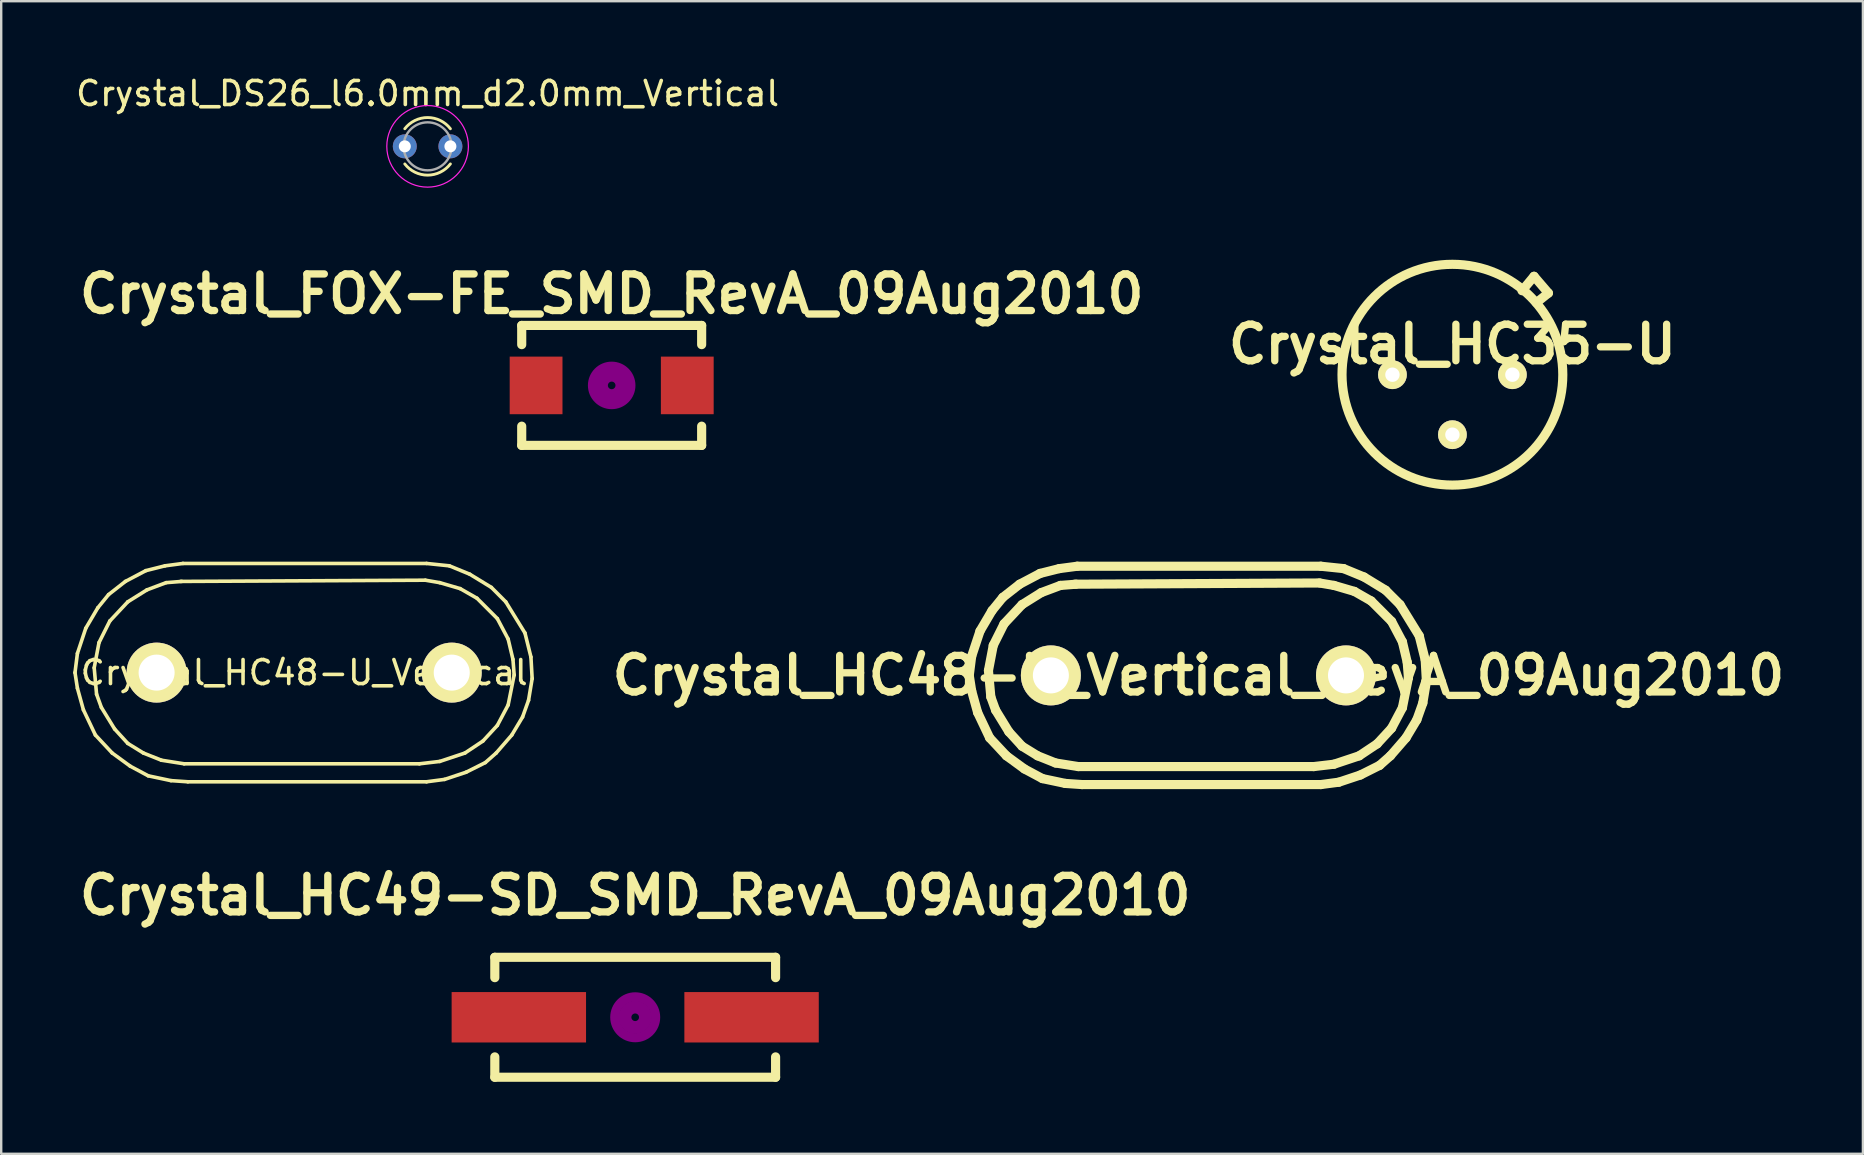
<source format=kicad_pcb>
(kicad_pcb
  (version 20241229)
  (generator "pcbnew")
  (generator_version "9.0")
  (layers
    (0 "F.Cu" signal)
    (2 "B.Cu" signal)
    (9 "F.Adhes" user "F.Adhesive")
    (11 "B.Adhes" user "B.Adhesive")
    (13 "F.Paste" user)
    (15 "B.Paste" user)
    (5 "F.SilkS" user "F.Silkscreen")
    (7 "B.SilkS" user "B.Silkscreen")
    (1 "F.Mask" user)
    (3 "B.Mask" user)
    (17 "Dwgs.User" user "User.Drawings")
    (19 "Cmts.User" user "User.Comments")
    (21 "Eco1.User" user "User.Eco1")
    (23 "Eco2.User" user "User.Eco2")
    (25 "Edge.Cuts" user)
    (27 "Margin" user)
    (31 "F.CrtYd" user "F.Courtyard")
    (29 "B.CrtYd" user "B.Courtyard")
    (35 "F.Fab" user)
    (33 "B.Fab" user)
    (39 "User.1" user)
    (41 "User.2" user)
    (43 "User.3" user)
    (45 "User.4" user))
  (footprint "Crystal_HC35-U"
    (layer "F.Cu")
    (at 57.472 12.564)
    (property "Reference" "Crystal_HC35-U" (at 0 -1.27 0) (layer "F.SilkS") (effects (font (size 1.524 1.524) (thickness 0.305))))
    (attr through_hole)
    (fp_line (start 2.901 -3.5) (end 3.401 -4.1) (stroke (width 0.381) (type solid)) (layer "F.SilkS"))
    (fp_line (start 3.401 -4.1) (end 4 -3.401) (stroke (width 0.381) (type solid)) (layer "F.SilkS"))
    (fp_line (start 4 -3.401) (end 3.5 -3) (stroke (width 0.381) (type solid)) (layer "F.SilkS"))
    (fp_circle (center 0 0) (end 4.6 0) (stroke (width 0.381) (type solid)) (fill no) (layer "F.SilkS"))
    (pad "1" thru_hole circle (at -2.499 0) (size 1.199 1.199) (drill 0.599) (layers "*.Cu" "*.Mask" "F.SilkS"))
    (pad "2" thru_hole circle (at 2.499 0) (size 1.199 1.199) (drill 0.599) (layers "*.Cu" "*.Mask" "F.SilkS"))
    (pad "3" thru_hole circle (at 0 2.499) (size 1.199 1.199) (drill 0.599) (layers "*.Cu" "*.Mask" "F.SilkS")))
  (footprint "Crystal_DS26_l6.0mm_d2.0mm_Vertical"
    (layer "F.Cu")
    (at 13.818 3.048)
    (property "Reference" "Crystal_DS26_l6.0mm_d2.0mm_Vertical" (at 0.95 -2.2 0) (layer "F.SilkS") (effects (font (size 1 1) (thickness 0.15))))
    (attr through_hole)
    (fp_arc (start 0 -0.733144) (mid 0.950178 -1.2) (end 1.900217 -0.732863) (stroke (width 0.12) (type solid)) (layer "F.SilkS"))
    (fp_arc (start 1.900217 0.732863) (mid 0.950178 1.2) (end 0 0.733144) (stroke (width 0.12) (type solid)) (layer "F.SilkS"))
    (fp_circle (center 0.95 0) (end 2.65 0) (stroke (width 0.05) (type solid)) (fill no) (layer "F.CrtYd"))
    (fp_circle (center 0.95 0) (end 1.95 0) (stroke (width 0.1) (type solid)) (fill no) (layer "F.Fab"))
    (pad "1" thru_hole circle (at 0 0) (size 1 1) (drill 0.5) (layers "*.Cu" "*.Mask"))
    (pad "2" thru_hole circle (at 1.9 0) (size 1 1) (drill 0.5) (layers "*.Cu" "*.Mask")))
  (footprint "Crystal_HC49-SD_SMD_RevA_09Aug2010"
    (layer "F.Cu")
    (at 23.419 39.34)
    (property "Reference" "Crystal_HC49-SD_SMD_RevA_09Aug2010" (at 0 -5.08 0) (layer "F.SilkS") (effects (font (size 1.524 1.524) (thickness 0.305))))
    (attr smd)
    (fp_line (start -5.85 -2.499) (end -5.85 -1.651) (stroke (width 0.381) (type solid)) (layer "F.SilkS"))
    (fp_line (start -5.85 2.499) (end -5.85 1.651) (stroke (width 0.381) (type solid)) (layer "F.SilkS"))
    (fp_line (start -5.85 2.499) (end 5.85 2.499) (stroke (width 0.381) (type solid)) (layer "F.SilkS"))
    (fp_line (start 5.85 -2.499) (end -5.85 -2.499) (stroke (width 0.381) (type solid)) (layer "F.SilkS"))
    (fp_line (start 5.85 -2.499) (end 5.85 -1.651) (stroke (width 0.381) (type solid)) (layer "F.SilkS"))
    (fp_line (start 5.85 2.499) (end 5.85 1.651) (stroke (width 0.381) (type solid)) (layer "F.SilkS"))
    (fp_circle (center 0 0) (end 0.15 0.051) (stroke (width 0.381) (type solid)) (fill no) (layer "F.Adhes"))
    (fp_circle (center 0 0) (end 0.5 0) (stroke (width 0.381) (type solid)) (fill no) (layer "F.Adhes"))
    (fp_circle (center 0 0) (end 0.851 0) (stroke (width 0.381) (type solid)) (fill no) (layer "F.Adhes"))
    (pad "1" smd rect (at -4.849 0) (size 5.601 2.101) (layers "F.Cu" "F.Mask" "F.Paste"))
    (pad "2" smd rect (at 4.849 0) (size 5.601 2.101) (layers "F.Cu" "F.Mask" "F.Paste")))
  (footprint "Crystal_HC48-U_Vertical"
    (layer "F.Cu")
    (at 9.625 24.978)
    (property "Reference" "Crystal_HC48-U_Vertical" (at 0 0 0) (layer "F.SilkS") (effects (font (size 1 1) (thickness 0.15))))
    (attr through_hole)
    (fp_line (start -9.55 0) (end -9.449 -0.8) (stroke (width 0.15) (type solid)) (layer "F.SilkS"))
    (fp_line (start -9.449 -0.8) (end -9.101 -1.849) (stroke (width 0.15) (type solid)) (layer "F.SilkS"))
    (fp_line (start -9.449 0.65) (end -9.55 0) (stroke (width 0.15) (type solid)) (layer "F.SilkS"))
    (fp_line (start -9.2 1.549) (end -9.449 0.65) (stroke (width 0.15) (type solid)) (layer "F.SilkS"))
    (fp_line (start -9.101 -1.849) (end -8.6 -2.7) (stroke (width 0.15) (type solid)) (layer "F.SilkS"))
    (fp_line (start -8.75 -0.201) (end -8.55 -1.25) (stroke (width 0.15) (type solid)) (layer "F.SilkS"))
    (fp_line (start -8.7 2.601) (end -9.2 1.549) (stroke (width 0.15) (type solid)) (layer "F.SilkS"))
    (fp_line (start -8.651 0.899) (end -8.75 -0.201) (stroke (width 0.15) (type solid)) (layer "F.SilkS"))
    (fp_line (start -8.6 -2.7) (end -8.151 -3.251) (stroke (width 0.15) (type solid)) (layer "F.SilkS"))
    (fp_line (start -8.55 -1.25) (end -8.1 -2.149) (stroke (width 0.15) (type solid)) (layer "F.SilkS"))
    (fp_line (start -8.451 1.45) (end -8.651 0.899) (stroke (width 0.15) (type solid)) (layer "F.SilkS"))
    (fp_line (start -8.151 -3.251) (end -7.45 -3.8) (stroke (width 0.15) (type solid)) (layer "F.SilkS"))
    (fp_line (start -8.1 -2.149) (end -7.351 -2.949) (stroke (width 0.15) (type solid)) (layer "F.SilkS"))
    (fp_line (start -8.001 3.35) (end -8.7 2.601) (stroke (width 0.15) (type solid)) (layer "F.SilkS"))
    (fp_line (start -7.899 2.349) (end -8.451 1.45) (stroke (width 0.15) (type solid)) (layer "F.SilkS"))
    (fp_line (start -7.45 -3.8) (end -6.599 -4.249) (stroke (width 0.15) (type solid)) (layer "F.SilkS"))
    (fp_line (start -7.351 -2.949) (end -6.551 -3.449) (stroke (width 0.15) (type solid)) (layer "F.SilkS"))
    (fp_line (start -7.351 2.949) (end -7.899 2.349) (stroke (width 0.15) (type solid)) (layer "F.SilkS"))
    (fp_line (start -7.249 3.899) (end -8.001 3.35) (stroke (width 0.15) (type solid)) (layer "F.SilkS"))
    (fp_line (start -6.701 3.35) (end -7.351 2.949) (stroke (width 0.15) (type solid)) (layer "F.SilkS"))
    (fp_line (start -6.599 -4.249) (end -5.799 -4.45) (stroke (width 0.15) (type solid)) (layer "F.SilkS"))
    (fp_line (start -6.551 -3.449) (end -5.751 -3.749) (stroke (width 0.15) (type solid)) (layer "F.SilkS"))
    (fp_line (start -6.5 4.3) (end -7.249 3.899) (stroke (width 0.15) (type solid)) (layer "F.SilkS"))
    (fp_line (start -5.951 3.65) (end -6.701 3.35) (stroke (width 0.15) (type solid)) (layer "F.SilkS"))
    (fp_line (start -5.799 -4.45) (end -5.05 -4.549) (stroke (width 0.15) (type solid)) (layer "F.SilkS"))
    (fp_line (start -5.751 -3.749) (end -5.1 -3.8) (stroke (width 0.15) (type solid)) (layer "F.SilkS"))
    (fp_line (start -5.55 4.501) (end -6.5 4.3) (stroke (width 0.15) (type solid)) (layer "F.SilkS"))
    (fp_line (start -5.151 -3.8) (end 5.05 -3.851) (stroke (width 0.15) (type solid)) (layer "F.SilkS"))
    (fp_line (start -5.05 -4.549) (end 5.1 -4.549) (stroke (width 0.15) (type solid)) (layer "F.SilkS"))
    (fp_line (start -5.001 3.8) (end -5.951 3.65) (stroke (width 0.15) (type solid)) (layer "F.SilkS"))
    (fp_line (start -4.849 4.549) (end -5.55 4.501) (stroke (width 0.15) (type solid)) (layer "F.SilkS"))
    (fp_line (start 4.801 3.8) (end -5.001 3.8) (stroke (width 0.15) (type solid)) (layer "F.SilkS"))
    (fp_line (start 5.05 -3.851) (end 5.649 -3.749) (stroke (width 0.15) (type solid)) (layer "F.SilkS"))
    (fp_line (start 5.1 -4.549) (end 6.05 -4.45) (stroke (width 0.15) (type solid)) (layer "F.SilkS"))
    (fp_line (start 5.1 4.549) (end -4.849 4.549) (stroke (width 0.15) (type solid)) (layer "F.SilkS"))
    (fp_line (start 5.649 -3.749) (end 6.5 -3.5) (stroke (width 0.15) (type solid)) (layer "F.SilkS"))
    (fp_line (start 5.649 3.701) (end 4.801 3.8) (stroke (width 0.15) (type solid)) (layer "F.SilkS"))
    (fp_line (start 5.85 4.45) (end 5.1 4.549) (stroke (width 0.15) (type solid)) (layer "F.SilkS"))
    (fp_line (start 6.05 -4.45) (end 6.901 -4.1) (stroke (width 0.15) (type solid)) (layer "F.SilkS"))
    (fp_line (start 6.5 -3.5) (end 7.201 -3.099) (stroke (width 0.15) (type solid)) (layer "F.SilkS"))
    (fp_line (start 6.701 3.35) (end 5.649 3.701) (stroke (width 0.15) (type solid)) (layer "F.SilkS"))
    (fp_line (start 6.749 4.15) (end 5.85 4.45) (stroke (width 0.15) (type solid)) (layer "F.SilkS"))
    (fp_line (start 6.901 -4.1) (end 7.8 -3.551) (stroke (width 0.15) (type solid)) (layer "F.SilkS"))
    (fp_line (start 7.201 -3.099) (end 8.049 -2.25) (stroke (width 0.15) (type solid)) (layer "F.SilkS"))
    (fp_line (start 7.45 2.85) (end 6.701 3.35) (stroke (width 0.15) (type solid)) (layer "F.SilkS"))
    (fp_line (start 7.549 3.749) (end 6.749 4.15) (stroke (width 0.15) (type solid)) (layer "F.SilkS"))
    (fp_line (start 7.8 -3.551) (end 8.4 -2.949) (stroke (width 0.15) (type solid)) (layer "F.SilkS"))
    (fp_line (start 8.001 3.35) (end 7.549 3.749) (stroke (width 0.15) (type solid)) (layer "F.SilkS"))
    (fp_line (start 8.049 -2.25) (end 8.499 -1.4) (stroke (width 0.15) (type solid)) (layer "F.SilkS"))
    (fp_line (start 8.049 2.2) (end 7.45 2.85) (stroke (width 0.15) (type solid)) (layer "F.SilkS"))
    (fp_line (start 8.4 -2.949) (end 9.2 -1.651) (stroke (width 0.15) (type solid)) (layer "F.SilkS"))
    (fp_line (start 8.499 -1.4) (end 8.7 -0.551) (stroke (width 0.15) (type solid)) (layer "F.SilkS"))
    (fp_line (start 8.499 1.349) (end 8.049 2.2) (stroke (width 0.15) (type solid)) (layer "F.SilkS"))
    (fp_line (start 8.651 2.601) (end 8.001 3.35) (stroke (width 0.15) (type solid)) (layer "F.SilkS"))
    (fp_line (start 8.7 -0.551) (end 8.75 0.099) (stroke (width 0.15) (type solid)) (layer "F.SilkS"))
    (fp_line (start 8.75 0.099) (end 8.499 1.349) (stroke (width 0.15) (type solid)) (layer "F.SilkS"))
    (fp_line (start 9.101 1.849) (end 8.651 2.601) (stroke (width 0.15) (type solid)) (layer "F.SilkS"))
    (fp_line (start 9.2 -1.651) (end 9.449 -0.65) (stroke (width 0.15) (type solid)) (layer "F.SilkS"))
    (fp_line (start 9.35 1.151) (end 9.101 1.849) (stroke (width 0.15) (type solid)) (layer "F.SilkS"))
    (fp_line (start 9.449 -0.65) (end 9.5 0.249) (stroke (width 0.15) (type solid)) (layer "F.SilkS"))
    (fp_line (start 9.5 0.249) (end 9.35 1.151) (stroke (width 0.15) (type solid)) (layer "F.SilkS"))
    (pad "1" thru_hole circle (at -6.149 0) (size 2.499 2.499) (drill 1.501) (layers "*.Cu" "*.Mask" "F.SilkS"))
    (pad "2" thru_hole circle (at 6.149 0) (size 2.499 2.499) (drill 1.501) (layers "*.Cu" "*.Mask" "F.SilkS")))
  (footprint "Crystal_FOX-FE_SMD_RevA_09Aug2010"
    (layer "F.Cu")
    (at 22.439 13.01)
    (property "Reference" "Crystal_FOX-FE_SMD_RevA_09Aug2010" (at 0 -3.81 0) (layer "F.SilkS") (effects (font (size 1.524 1.524) (thickness 0.305))))
    (attr smd)
    (fp_line (start -3.749 -2.499) (end -3.749 -1.699) (stroke (width 0.381) (type solid)) (layer "F.SilkS"))
    (fp_line (start -3.749 2.499) (end -3.749 1.699) (stroke (width 0.381) (type solid)) (layer "F.SilkS"))
    (fp_line (start -3.749 2.499) (end 3.749 2.499) (stroke (width 0.381) (type solid)) (layer "F.SilkS"))
    (fp_line (start 3.749 -2.499) (end -3.749 -2.499) (stroke (width 0.381) (type solid)) (layer "F.SilkS"))
    (fp_line (start 3.749 -2.499) (end 3.749 -1.699) (stroke (width 0.381) (type solid)) (layer "F.SilkS"))
    (fp_line (start 3.749 2.499) (end 3.749 1.699) (stroke (width 0.381) (type solid)) (layer "F.SilkS"))
    (fp_circle (center 0 0) (end 0.15 -0.051) (stroke (width 0.381) (type solid)) (fill no) (layer "F.Adhes"))
    (fp_circle (center 0 0) (end 0.5 0) (stroke (width 0.381) (type solid)) (fill no) (layer "F.Adhes"))
    (fp_circle (center 0 0) (end 0.8 0) (stroke (width 0.381) (type solid)) (fill no) (layer "F.Adhes"))
    (pad "1" smd rect (at -3.15 0) (size 2.2 2.4) (layers "F.Cu" "F.Mask" "F.Paste"))
    (pad "2" smd rect (at 3.15 0) (size 2.2 2.4) (layers "F.Cu" "F.Mask" "F.Paste")))
  (footprint "Crystal_HC48-U_Vertical_RevA_09Aug2010"
    (layer "F.Cu")
    (at 46.889 25.094)
    (property "Reference" "Crystal_HC48-U_Vertical_RevA_09Aug2010" (at 0 0 0) (layer "F.SilkS") (effects (font (size 1.524 1.524) (thickness 0.305))))
    (attr through_hole)
    (fp_line (start -9.55 0) (end -9.449 -0.8) (stroke (width 0.381) (type solid)) (layer "F.SilkS"))
    (fp_line (start -9.449 -0.8) (end -9.101 -1.849) (stroke (width 0.381) (type solid)) (layer "F.SilkS"))
    (fp_line (start -9.449 0.65) (end -9.55 0) (stroke (width 0.381) (type solid)) (layer "F.SilkS"))
    (fp_line (start -9.2 1.549) (end -9.449 0.65) (stroke (width 0.381) (type solid)) (layer "F.SilkS"))
    (fp_line (start -9.101 -1.849) (end -8.6 -2.7) (stroke (width 0.381) (type solid)) (layer "F.SilkS"))
    (fp_line (start -8.75 -0.201) (end -8.55 -1.25) (stroke (width 0.381) (type solid)) (layer "F.SilkS"))
    (fp_line (start -8.7 2.601) (end -9.2 1.549) (stroke (width 0.381) (type solid)) (layer "F.SilkS"))
    (fp_line (start -8.651 0.899) (end -8.75 -0.201) (stroke (width 0.381) (type solid)) (layer "F.SilkS"))
    (fp_line (start -8.6 -2.7) (end -8.151 -3.251) (stroke (width 0.381) (type solid)) (layer "F.SilkS"))
    (fp_line (start -8.55 -1.25) (end -8.1 -2.149) (stroke (width 0.381) (type solid)) (layer "F.SilkS"))
    (fp_line (start -8.451 1.45) (end -8.651 0.899) (stroke (width 0.381) (type solid)) (layer "F.SilkS"))
    (fp_line (start -8.151 -3.251) (end -7.45 -3.8) (stroke (width 0.381) (type solid)) (layer "F.SilkS"))
    (fp_line (start -8.1 -2.149) (end -7.351 -2.949) (stroke (width 0.381) (type solid)) (layer "F.SilkS"))
    (fp_line (start -8.001 3.35) (end -8.7 2.601) (stroke (width 0.381) (type solid)) (layer "F.SilkS"))
    (fp_line (start -7.899 2.349) (end -8.451 1.45) (stroke (width 0.381) (type solid)) (layer "F.SilkS"))
    (fp_line (start -7.45 -3.8) (end -6.599 -4.249) (stroke (width 0.381) (type solid)) (layer "F.SilkS"))
    (fp_line (start -7.351 -2.949) (end -6.551 -3.449) (stroke (width 0.381) (type solid)) (layer "F.SilkS"))
    (fp_line (start -7.351 2.949) (end -7.899 2.349) (stroke (width 0.381) (type solid)) (layer "F.SilkS"))
    (fp_line (start -7.249 3.899) (end -8.001 3.35) (stroke (width 0.381) (type solid)) (layer "F.SilkS"))
    (fp_line (start -6.701 3.35) (end -7.351 2.949) (stroke (width 0.381) (type solid)) (layer "F.SilkS"))
    (fp_line (start -6.599 -4.249) (end -5.799 -4.45) (stroke (width 0.381) (type solid)) (layer "F.SilkS"))
    (fp_line (start -6.551 -3.449) (end -5.751 -3.749) (stroke (width 0.381) (type solid)) (layer "F.SilkS"))
    (fp_line (start -6.5 4.3) (end -7.249 3.899) (stroke (width 0.381) (type solid)) (layer "F.SilkS"))
    (fp_line (start -5.951 3.65) (end -6.701 3.35) (stroke (width 0.381) (type solid)) (layer "F.SilkS"))
    (fp_line (start -5.799 -4.45) (end -5.05 -4.549) (stroke (width 0.381) (type solid)) (layer "F.SilkS"))
    (fp_line (start -5.751 -3.749) (end -5.1 -3.8) (stroke (width 0.381) (type solid)) (layer "F.SilkS"))
    (fp_line (start -5.55 4.501) (end -6.5 4.3) (stroke (width 0.381) (type solid)) (layer "F.SilkS"))
    (fp_line (start -5.151 -3.8) (end 5.05 -3.851) (stroke (width 0.381) (type solid)) (layer "F.SilkS"))
    (fp_line (start -5.05 -4.549) (end 5.1 -4.549) (stroke (width 0.381) (type solid)) (layer "F.SilkS"))
    (fp_line (start -5.001 3.8) (end -5.951 3.65) (stroke (width 0.381) (type solid)) (layer "F.SilkS"))
    (fp_line (start -4.849 4.549) (end -5.55 4.501) (stroke (width 0.381) (type solid)) (layer "F.SilkS"))
    (fp_line (start 4.801 3.8) (end -5.001 3.8) (stroke (width 0.381) (type solid)) (layer "F.SilkS"))
    (fp_line (start 5.05 -3.851) (end 5.649 -3.749) (stroke (width 0.381) (type solid)) (layer "F.SilkS"))
    (fp_line (start 5.1 -4.549) (end 6.05 -4.45) (stroke (width 0.381) (type solid)) (layer "F.SilkS"))
    (fp_line (start 5.1 4.549) (end -4.849 4.549) (stroke (width 0.381) (type solid)) (layer "F.SilkS"))
    (fp_line (start 5.649 -3.749) (end 6.5 -3.5) (stroke (width 0.381) (type solid)) (layer "F.SilkS"))
    (fp_line (start 5.649 3.701) (end 4.801 3.8) (stroke (width 0.381) (type solid)) (layer "F.SilkS"))
    (fp_line (start 5.85 4.45) (end 5.1 4.549) (stroke (width 0.381) (type solid)) (layer "F.SilkS"))
    (fp_line (start 6.05 -4.45) (end 6.901 -4.1) (stroke (width 0.381) (type solid)) (layer "F.SilkS"))
    (fp_line (start 6.5 -3.5) (end 7.201 -3.099) (stroke (width 0.381) (type solid)) (layer "F.SilkS"))
    (fp_line (start 6.701 3.35) (end 5.649 3.701) (stroke (width 0.381) (type solid)) (layer "F.SilkS"))
    (fp_line (start 6.749 4.15) (end 5.85 4.45) (stroke (width 0.381) (type solid)) (layer "F.SilkS"))
    (fp_line (start 6.901 -4.1) (end 7.8 -3.551) (stroke (width 0.381) (type solid)) (layer "F.SilkS"))
    (fp_line (start 7.201 -3.099) (end 8.049 -2.25) (stroke (width 0.381) (type solid)) (layer "F.SilkS"))
    (fp_line (start 7.45 2.85) (end 6.701 3.35) (stroke (width 0.381) (type solid)) (layer "F.SilkS"))
    (fp_line (start 7.549 3.749) (end 6.749 4.15) (stroke (width 0.381) (type solid)) (layer "F.SilkS"))
    (fp_line (start 7.8 -3.551) (end 8.4 -2.949) (stroke (width 0.381) (type solid)) (layer "F.SilkS"))
    (fp_line (start 8.001 3.35) (end 7.549 3.749) (stroke (width 0.381) (type solid)) (layer "F.SilkS"))
    (fp_line (start 8.049 -2.25) (end 8.499 -1.4) (stroke (width 0.381) (type solid)) (layer "F.SilkS"))
    (fp_line (start 8.049 2.2) (end 7.45 2.85) (stroke (width 0.381) (type solid)) (layer "F.SilkS"))
    (fp_line (start 8.4 -2.949) (end 9.2 -1.651) (stroke (width 0.381) (type solid)) (layer "F.SilkS"))
    (fp_line (start 8.499 -1.4) (end 8.7 -0.551) (stroke (width 0.381) (type solid)) (layer "F.SilkS"))
    (fp_line (start 8.499 1.349) (end 8.049 2.2) (stroke (width 0.381) (type solid)) (layer "F.SilkS"))
    (fp_line (start 8.651 2.601) (end 8.001 3.35) (stroke (width 0.381) (type solid)) (layer "F.SilkS"))
    (fp_line (start 8.7 -0.551) (end 8.75 0.099) (stroke (width 0.381) (type solid)) (layer "F.SilkS"))
    (fp_line (start 8.75 0.099) (end 8.499 1.349) (stroke (width 0.381) (type solid)) (layer "F.SilkS"))
    (fp_line (start 9.101 1.849) (end 8.651 2.601) (stroke (width 0.381) (type solid)) (layer "F.SilkS"))
    (fp_line (start 9.2 -1.651) (end 9.449 -0.65) (stroke (width 0.381) (type solid)) (layer "F.SilkS"))
    (fp_line (start 9.35 1.151) (end 9.101 1.849) (stroke (width 0.381) (type solid)) (layer "F.SilkS"))
    (fp_line (start 9.449 -0.65) (end 9.5 0.249) (stroke (width 0.381) (type solid)) (layer "F.SilkS"))
    (fp_line (start 9.5 0.249) (end 9.35 1.151) (stroke (width 0.381) (type solid)) (layer "F.SilkS"))
    (pad "1" thru_hole circle (at -6.149 0) (size 2.499 2.499) (drill 1.501) (layers "*.Cu" "*.Mask" "F.SilkS"))
    (pad "2" thru_hole circle (at 6.149 0) (size 2.499 2.499) (drill 1.501) (layers "*.Cu" "*.Mask" "F.SilkS")))
  (gr_rect
    (start -3 -3)
    (end 74.578 45.03)
    (stroke (width 0.1) (type default))
    (fill no)
    (layer "Edge.Cuts")))
</source>
